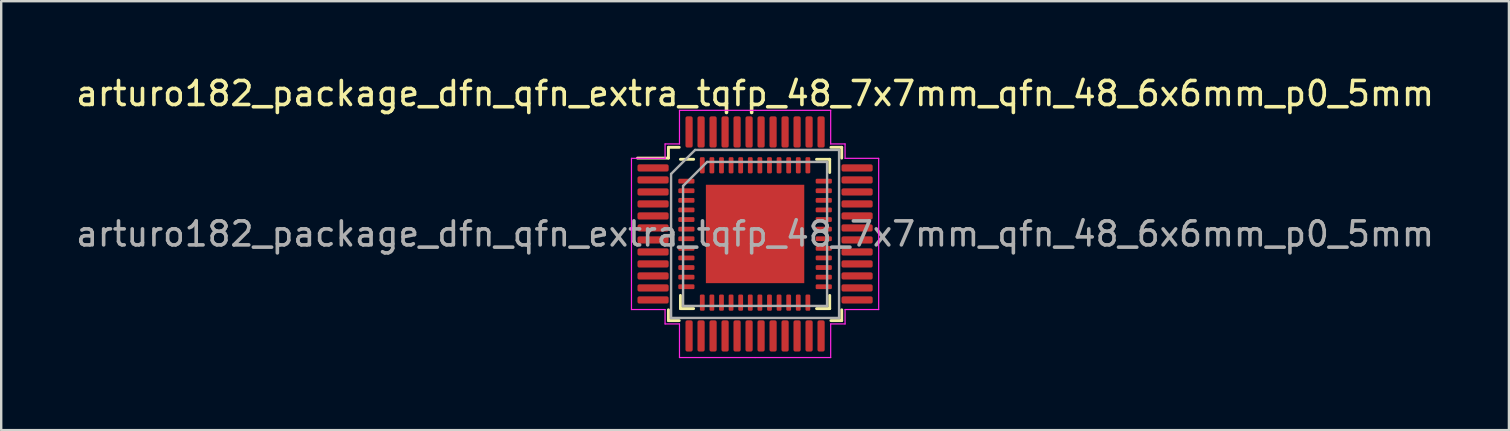
<source format=kicad_pcb>
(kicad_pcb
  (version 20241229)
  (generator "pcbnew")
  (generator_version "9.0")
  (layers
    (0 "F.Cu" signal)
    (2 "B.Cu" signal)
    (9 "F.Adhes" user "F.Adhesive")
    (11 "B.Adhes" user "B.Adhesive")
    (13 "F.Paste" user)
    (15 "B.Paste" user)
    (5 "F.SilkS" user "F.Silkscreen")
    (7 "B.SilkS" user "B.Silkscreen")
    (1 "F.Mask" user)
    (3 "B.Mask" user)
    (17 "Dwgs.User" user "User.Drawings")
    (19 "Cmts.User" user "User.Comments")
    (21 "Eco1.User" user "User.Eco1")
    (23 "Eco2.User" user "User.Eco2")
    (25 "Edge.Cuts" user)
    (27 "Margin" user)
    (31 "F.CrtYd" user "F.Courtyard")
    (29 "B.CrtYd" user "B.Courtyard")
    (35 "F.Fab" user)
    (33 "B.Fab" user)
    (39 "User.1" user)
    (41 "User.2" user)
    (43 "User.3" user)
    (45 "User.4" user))
  (footprint "arturo182_package_dfn_qfn_extra_tqfp_48_7x7mm_qfn_48_6x6mm_p0_5mm"
    (layer "F.Cu")
    (at 28.411 6.698)
    (property "Reference" "arturo182_package_dfn_qfn_extra_tqfp_48_7x7mm_qfn_48_6x6mm_p0_5mm" (at 0 -5.85 0) (layer "F.SilkS") (effects (font (size 1 1) (thickness 0.15))))
    (attr smd)
    (fp_line (start -3.61 -3.61) (end -3.61 -3.16) (stroke (width 0.12) (type solid)) (layer "F.SilkS"))
    (fp_line (start -3.61 -3.16) (end -4.9 -3.16) (stroke (width 0.12) (type solid)) (layer "F.SilkS"))
    (fp_line (start -3.61 3.61) (end -3.61 3.16) (stroke (width 0.12) (type solid)) (layer "F.SilkS"))
    (fp_line (start -3.16 -3.61) (end -3.61 -3.61) (stroke (width 0.12) (type solid)) (layer "F.SilkS"))
    (fp_line (start -3.16 3.61) (end -3.61 3.61) (stroke (width 0.12) (type solid)) (layer "F.SilkS"))
    (fp_line (start -3.11 3.11) (end -3.11 2.56) (stroke (width 0.12) (type solid)) (layer "F.SilkS"))
    (fp_line (start -2.56 -3.11) (end -3.11 -3.11) (stroke (width 0.12) (type solid)) (layer "F.SilkS"))
    (fp_line (start -2.56 3.11) (end -3.11 3.11) (stroke (width 0.12) (type solid)) (layer "F.SilkS"))
    (fp_line (start 2.56 -3.11) (end 3.11 -3.11) (stroke (width 0.12) (type solid)) (layer "F.SilkS"))
    (fp_line (start 2.56 3.11) (end 3.11 3.11) (stroke (width 0.12) (type solid)) (layer "F.SilkS"))
    (fp_line (start 3.11 -3.11) (end 3.11 -2.56) (stroke (width 0.12) (type solid)) (layer "F.SilkS"))
    (fp_line (start 3.11 3.11) (end 3.11 2.56) (stroke (width 0.12) (type solid)) (layer "F.SilkS"))
    (fp_line (start 3.16 -3.61) (end 3.61 -3.61) (stroke (width 0.12) (type solid)) (layer "F.SilkS"))
    (fp_line (start 3.16 3.61) (end 3.61 3.61) (stroke (width 0.12) (type solid)) (layer "F.SilkS"))
    (fp_line (start 3.61 -3.61) (end 3.61 -3.16) (stroke (width 0.12) (type solid)) (layer "F.SilkS"))
    (fp_line (start 3.61 3.61) (end 3.61 3.16) (stroke (width 0.12) (type solid)) (layer "F.SilkS"))
    (fp_line (start -5.15 -3.15) (end -5.15 0) (stroke (width 0.05) (type solid)) (layer "F.CrtYd"))
    (fp_line (start -5.15 3.15) (end -5.15 0) (stroke (width 0.05) (type solid)) (layer "F.CrtYd"))
    (fp_line (start -3.75 -3.75) (end -3.75 -3.15) (stroke (width 0.05) (type solid)) (layer "F.CrtYd"))
    (fp_line (start -3.75 -3.15) (end -5.15 -3.15) (stroke (width 0.05) (type solid)) (layer "F.CrtYd"))
    (fp_line (start -3.75 3.15) (end -5.15 3.15) (stroke (width 0.05) (type solid)) (layer "F.CrtYd"))
    (fp_line (start -3.75 3.75) (end -3.75 3.15) (stroke (width 0.05) (type solid)) (layer "F.CrtYd"))
    (fp_line (start -3.15 -5.15) (end -3.15 -3.75) (stroke (width 0.05) (type solid)) (layer "F.CrtYd"))
    (fp_line (start -3.15 -3.75) (end -3.75 -3.75) (stroke (width 0.05) (type solid)) (layer "F.CrtYd"))
    (fp_line (start -3.15 3.75) (end -3.75 3.75) (stroke (width 0.05) (type solid)) (layer "F.CrtYd"))
    (fp_line (start -3.15 5.15) (end -3.15 3.75) (stroke (width 0.05) (type solid)) (layer "F.CrtYd"))
    (fp_line (start 0 -5.15) (end -3.15 -5.15) (stroke (width 0.05) (type solid)) (layer "F.CrtYd"))
    (fp_line (start 0 -5.15) (end 3.15 -5.15) (stroke (width 0.05) (type solid)) (layer "F.CrtYd"))
    (fp_line (start 0 5.15) (end -3.15 5.15) (stroke (width 0.05) (type solid)) (layer "F.CrtYd"))
    (fp_line (start 0 5.15) (end 3.15 5.15) (stroke (width 0.05) (type solid)) (layer "F.CrtYd"))
    (fp_line (start 3.15 -5.15) (end 3.15 -3.75) (stroke (width 0.05) (type solid)) (layer "F.CrtYd"))
    (fp_line (start 3.15 -3.75) (end 3.75 -3.75) (stroke (width 0.05) (type solid)) (layer "F.CrtYd"))
    (fp_line (start 3.15 3.75) (end 3.75 3.75) (stroke (width 0.05) (type solid)) (layer "F.CrtYd"))
    (fp_line (start 3.15 5.15) (end 3.15 3.75) (stroke (width 0.05) (type solid)) (layer "F.CrtYd"))
    (fp_line (start 3.75 -3.75) (end 3.75 -3.15) (stroke (width 0.05) (type solid)) (layer "F.CrtYd"))
    (fp_line (start 3.75 -3.15) (end 5.15 -3.15) (stroke (width 0.05) (type solid)) (layer "F.CrtYd"))
    (fp_line (start 3.75 3.15) (end 5.15 3.15) (stroke (width 0.05) (type solid)) (layer "F.CrtYd"))
    (fp_line (start 3.75 3.75) (end 3.75 3.15) (stroke (width 0.05) (type solid)) (layer "F.CrtYd"))
    (fp_line (start 5.15 -3.15) (end 5.15 0) (stroke (width 0.05) (type solid)) (layer "F.CrtYd"))
    (fp_line (start 5.15 3.15) (end 5.15 0) (stroke (width 0.05) (type solid)) (layer "F.CrtYd"))
    (fp_line (start -3.5 -2.5) (end -2.5 -3.5) (stroke (width 0.1) (type solid)) (layer "F.Fab"))
    (fp_line (start -3.5 3.5) (end -3.5 -2.5) (stroke (width 0.1) (type solid)) (layer "F.Fab"))
    (fp_line (start -3 -2) (end -2 -3) (stroke (width 0.1) (type solid)) (layer "F.Fab"))
    (fp_line (start -3 3) (end -3 -2) (stroke (width 0.1) (type solid)) (layer "F.Fab"))
    (fp_line (start -2.5 -3.5) (end 3.5 -3.5) (stroke (width 0.1) (type solid)) (layer "F.Fab"))
    (fp_line (start -2 -3) (end 3 -3) (stroke (width 0.1) (type solid)) (layer "F.Fab"))
    (fp_line (start 3 -3) (end 3 3) (stroke (width 0.1) (type solid)) (layer "F.Fab"))
    (fp_line (start 3 3) (end -3 3) (stroke (width 0.1) (type solid)) (layer "F.Fab"))
    (fp_line (start 3.5 -3.5) (end 3.5 3.5) (stroke (width 0.1) (type solid)) (layer "F.Fab"))
    (fp_line (start 3.5 3.5) (end -3.5 3.5) (stroke (width 0.1) (type solid)) (layer "F.Fab"))
    (fp_text user "${REFERENCE}" (at 0 0 0) (layer "F.Fab") (effects (font (size 1 1) (thickness 0.15))))
    (pad "" smd roundrect (at -1.37 -1.37) (size 1.1 1.1) (layers "F.Paste") (roundrect_rratio 0.227))
    (pad "" smd roundrect (at -1.37 0) (size 1.1 1.1) (layers "F.Paste") (roundrect_rratio 0.227))
    (pad "" smd roundrect (at -1.37 1.37) (size 1.1 1.1) (layers "F.Paste") (roundrect_rratio 0.227))
    (pad "" smd roundrect (at 0 -1.37) (size 1.1 1.1) (layers "F.Paste") (roundrect_rratio 0.227))
    (pad "" smd roundrect (at 0 0) (size 1.1 1.1) (layers "F.Paste") (roundrect_rratio 0.227))
    (pad "" smd roundrect (at 0 1.37) (size 1.1 1.1) (layers "F.Paste") (roundrect_rratio 0.227))
    (pad "" smd roundrect (at 1.37 -1.37) (size 1.1 1.1) (layers "F.Paste") (roundrect_rratio 0.227))
    (pad "" smd roundrect (at 1.37 0) (size 1.1 1.1) (layers "F.Paste") (roundrect_rratio 0.227))
    (pad "" smd roundrect (at 1.37 1.37) (size 1.1 1.1) (layers "F.Paste") (roundrect_rratio 0.227))
    (pad "1" smd roundrect (at -4.25 -2.75) (size 1.3 0.3) (layers "F.Cu" "F.Mask" "F.Paste") (roundrect_rratio 0.25))
    (pad "1" smd roundrect (at -2.862 -2.2) (size 0.675 0.2) (layers "F.Cu" "F.Mask" "F.Paste") (roundrect_rratio 0.25))
    (pad "2" smd roundrect (at -4.25 -2.25) (size 1.3 0.3) (layers "F.Cu" "F.Mask" "F.Paste") (roundrect_rratio 0.25))
    (pad "2" smd roundrect (at -2.862 -1.8) (size 0.675 0.2) (layers "F.Cu" "F.Mask" "F.Paste") (roundrect_rratio 0.25))
    (pad "3" smd roundrect (at -4.25 -1.75) (size 1.3 0.3) (layers "F.Cu" "F.Mask" "F.Paste") (roundrect_rratio 0.25))
    (pad "3" smd roundrect (at -2.862 -1.4) (size 0.675 0.2) (layers "F.Cu" "F.Mask" "F.Paste") (roundrect_rratio 0.25))
    (pad "4" smd roundrect (at -4.25 -1.25) (size 1.3 0.3) (layers "F.Cu" "F.Mask" "F.Paste") (roundrect_rratio 0.25))
    (pad "4" smd roundrect (at -2.862 -1) (size 0.675 0.2) (layers "F.Cu" "F.Mask" "F.Paste") (roundrect_rratio 0.25))
    (pad "5" smd roundrect (at -4.25 -0.75) (size 1.3 0.3) (layers "F.Cu" "F.Mask" "F.Paste") (roundrect_rratio 0.25))
    (pad "5" smd roundrect (at -2.862 -0.6) (size 0.675 0.2) (layers "F.Cu" "F.Mask" "F.Paste") (roundrect_rratio 0.25))
    (pad "6" smd roundrect (at -4.25 -0.25) (size 1.3 0.3) (layers "F.Cu" "F.Mask" "F.Paste") (roundrect_rratio 0.25))
    (pad "6" smd roundrect (at -2.862 -0.2) (size 0.675 0.2) (layers "F.Cu" "F.Mask" "F.Paste") (roundrect_rratio 0.25))
    (pad "7" smd roundrect (at -4.25 0.25) (size 1.3 0.3) (layers "F.Cu" "F.Mask" "F.Paste") (roundrect_rratio 0.25))
    (pad "7" smd roundrect (at -2.862 0.2) (size 0.675 0.2) (layers "F.Cu" "F.Mask" "F.Paste") (roundrect_rratio 0.25))
    (pad "8" smd roundrect (at -4.25 0.75) (size 1.3 0.3) (layers "F.Cu" "F.Mask" "F.Paste") (roundrect_rratio 0.25))
    (pad "8" smd roundrect (at -2.862 0.6) (size 0.675 0.2) (layers "F.Cu" "F.Mask" "F.Paste") (roundrect_rratio 0.25))
    (pad "9" smd roundrect (at -4.25 1.25) (size 1.3 0.3) (layers "F.Cu" "F.Mask" "F.Paste") (roundrect_rratio 0.25))
    (pad "9" smd roundrect (at -2.862 1) (size 0.675 0.2) (layers "F.Cu" "F.Mask" "F.Paste") (roundrect_rratio 0.25))
    (pad "10" smd roundrect (at -4.25 1.75) (size 1.3 0.3) (layers "F.Cu" "F.Mask" "F.Paste") (roundrect_rratio 0.25))
    (pad "10" smd roundrect (at -2.862 1.4) (size 0.675 0.2) (layers "F.Cu" "F.Mask" "F.Paste") (roundrect_rratio 0.25))
    (pad "11" smd roundrect (at -4.25 2.25) (size 1.3 0.3) (layers "F.Cu" "F.Mask" "F.Paste") (roundrect_rratio 0.25))
    (pad "11" smd roundrect (at -2.862 1.8) (size 0.675 0.2) (layers "F.Cu" "F.Mask" "F.Paste") (roundrect_rratio 0.25))
    (pad "12" smd roundrect (at -4.25 2.75) (size 1.3 0.3) (layers "F.Cu" "F.Mask" "F.Paste") (roundrect_rratio 0.25))
    (pad "12" smd roundrect (at -2.862 2.2) (size 0.675 0.2) (layers "F.Cu" "F.Mask" "F.Paste") (roundrect_rratio 0.25))
    (pad "13" smd roundrect (at -2.75 4.25) (size 0.3 1.3) (layers "F.Cu" "F.Mask" "F.Paste") (roundrect_rratio 0.25))
    (pad "13" smd roundrect (at -2.2 2.862) (size 0.2 0.675) (layers "F.Cu" "F.Mask" "F.Paste") (roundrect_rratio 0.25))
    (pad "14" smd roundrect (at -2.25 4.25) (size 0.3 1.3) (layers "F.Cu" "F.Mask" "F.Paste") (roundrect_rratio 0.25))
    (pad "14" smd roundrect (at -1.8 2.862) (size 0.2 0.675) (layers "F.Cu" "F.Mask" "F.Paste") (roundrect_rratio 0.25))
    (pad "15" smd roundrect (at -1.75 4.25) (size 0.3 1.3) (layers "F.Cu" "F.Mask" "F.Paste") (roundrect_rratio 0.25))
    (pad "15" smd roundrect (at -1.4 2.862) (size 0.2 0.675) (layers "F.Cu" "F.Mask" "F.Paste") (roundrect_rratio 0.25))
    (pad "16" smd roundrect (at -1.25 4.25) (size 0.3 1.3) (layers "F.Cu" "F.Mask" "F.Paste") (roundrect_rratio 0.25))
    (pad "16" smd roundrect (at -1 2.862) (size 0.2 0.675) (layers "F.Cu" "F.Mask" "F.Paste") (roundrect_rratio 0.25))
    (pad "17" smd roundrect (at -0.75 4.25) (size 0.3 1.3) (layers "F.Cu" "F.Mask" "F.Paste") (roundrect_rratio 0.25))
    (pad "17" smd roundrect (at -0.6 2.862) (size 0.2 0.675) (layers "F.Cu" "F.Mask" "F.Paste") (roundrect_rratio 0.25))
    (pad "18" smd roundrect (at -0.25 4.25) (size 0.3 1.3) (layers "F.Cu" "F.Mask" "F.Paste") (roundrect_rratio 0.25))
    (pad "18" smd roundrect (at -0.2 2.862) (size 0.2 0.675) (layers "F.Cu" "F.Mask" "F.Paste") (roundrect_rratio 0.25))
    (pad "19" smd roundrect (at 0.2 2.862) (size 0.2 0.675) (layers "F.Cu" "F.Mask" "F.Paste") (roundrect_rratio 0.25))
    (pad "19" smd roundrect (at 0.25 4.25) (size 0.3 1.3) (layers "F.Cu" "F.Mask" "F.Paste") (roundrect_rratio 0.25))
    (pad "20" smd roundrect (at 0.6 2.862) (size 0.2 0.675) (layers "F.Cu" "F.Mask" "F.Paste") (roundrect_rratio 0.25))
    (pad "20" smd roundrect (at 0.75 4.25) (size 0.3 1.3) (layers "F.Cu" "F.Mask" "F.Paste") (roundrect_rratio 0.25))
    (pad "21" smd roundrect (at 1 2.862) (size 0.2 0.675) (layers "F.Cu" "F.Mask" "F.Paste") (roundrect_rratio 0.25))
    (pad "21" smd roundrect (at 1.25 4.25) (size 0.3 1.3) (layers "F.Cu" "F.Mask" "F.Paste") (roundrect_rratio 0.25))
    (pad "22" smd roundrect (at 1.4 2.862) (size 0.2 0.675) (layers "F.Cu" "F.Mask" "F.Paste") (roundrect_rratio 0.25))
    (pad "22" smd roundrect (at 1.75 4.25) (size 0.3 1.3) (layers "F.Cu" "F.Mask" "F.Paste") (roundrect_rratio 0.25))
    (pad "23" smd roundrect (at 1.8 2.862) (size 0.2 0.675) (layers "F.Cu" "F.Mask" "F.Paste") (roundrect_rratio 0.25))
    (pad "23" smd roundrect (at 2.25 4.25) (size 0.3 1.3) (layers "F.Cu" "F.Mask" "F.Paste") (roundrect_rratio 0.25))
    (pad "24" smd roundrect (at 2.2 2.862) (size 0.2 0.675) (layers "F.Cu" "F.Mask" "F.Paste") (roundrect_rratio 0.25))
    (pad "24" smd roundrect (at 2.75 4.25) (size 0.3 1.3) (layers "F.Cu" "F.Mask" "F.Paste") (roundrect_rratio 0.25))
    (pad "25" smd roundrect (at 2.862 2.2) (size 0.675 0.2) (layers "F.Cu" "F.Mask" "F.Paste") (roundrect_rratio 0.25))
    (pad "25" smd roundrect (at 4.25 2.75) (size 1.3 0.3) (layers "F.Cu" "F.Mask" "F.Paste") (roundrect_rratio 0.25))
    (pad "26" smd roundrect (at 2.862 1.8) (size 0.675 0.2) (layers "F.Cu" "F.Mask" "F.Paste") (roundrect_rratio 0.25))
    (pad "26" smd roundrect (at 4.25 2.25) (size 1.3 0.3) (layers "F.Cu" "F.Mask" "F.Paste") (roundrect_rratio 0.25))
    (pad "27" smd roundrect (at 2.862 1.4) (size 0.675 0.2) (layers "F.Cu" "F.Mask" "F.Paste") (roundrect_rratio 0.25))
    (pad "27" smd roundrect (at 4.25 1.75) (size 1.3 0.3) (layers "F.Cu" "F.Mask" "F.Paste") (roundrect_rratio 0.25))
    (pad "28" smd roundrect (at 2.862 1) (size 0.675 0.2) (layers "F.Cu" "F.Mask" "F.Paste") (roundrect_rratio 0.25))
    (pad "28" smd roundrect (at 4.25 1.25) (size 1.3 0.3) (layers "F.Cu" "F.Mask" "F.Paste") (roundrect_rratio 0.25))
    (pad "29" smd roundrect (at 2.862 0.6) (size 0.675 0.2) (layers "F.Cu" "F.Mask" "F.Paste") (roundrect_rratio 0.25))
    (pad "29" smd roundrect (at 4.25 0.75) (size 1.3 0.3) (layers "F.Cu" "F.Mask" "F.Paste") (roundrect_rratio 0.25))
    (pad "30" smd roundrect (at 2.862 0.2) (size 0.675 0.2) (layers "F.Cu" "F.Mask" "F.Paste") (roundrect_rratio 0.25))
    (pad "30" smd roundrect (at 4.25 0.25) (size 1.3 0.3) (layers "F.Cu" "F.Mask" "F.Paste") (roundrect_rratio 0.25))
    (pad "31" smd roundrect (at 2.862 -0.2) (size 0.675 0.2) (layers "F.Cu" "F.Mask" "F.Paste") (roundrect_rratio 0.25))
    (pad "31" smd roundrect (at 4.25 -0.25) (size 1.3 0.3) (layers "F.Cu" "F.Mask" "F.Paste") (roundrect_rratio 0.25))
    (pad "32" smd roundrect (at 2.862 -0.6) (size 0.675 0.2) (layers "F.Cu" "F.Mask" "F.Paste") (roundrect_rratio 0.25))
    (pad "32" smd roundrect (at 4.25 -0.75) (size 1.3 0.3) (layers "F.Cu" "F.Mask" "F.Paste") (roundrect_rratio 0.25))
    (pad "33" smd roundrect (at 2.862 -1) (size 0.675 0.2) (layers "F.Cu" "F.Mask" "F.Paste") (roundrect_rratio 0.25))
    (pad "33" smd roundrect (at 4.25 -1.25) (size 1.3 0.3) (layers "F.Cu" "F.Mask" "F.Paste") (roundrect_rratio 0.25))
    (pad "34" smd roundrect (at 2.862 -1.4) (size 0.675 0.2) (layers "F.Cu" "F.Mask" "F.Paste") (roundrect_rratio 0.25))
    (pad "34" smd roundrect (at 4.25 -1.75) (size 1.3 0.3) (layers "F.Cu" "F.Mask" "F.Paste") (roundrect_rratio 0.25))
    (pad "35" smd roundrect (at 2.862 -1.8) (size 0.675 0.2) (layers "F.Cu" "F.Mask" "F.Paste") (roundrect_rratio 0.25))
    (pad "35" smd roundrect (at 4.25 -2.25) (size 1.3 0.3) (layers "F.Cu" "F.Mask" "F.Paste") (roundrect_rratio 0.25))
    (pad "36" smd roundrect (at 2.862 -2.2) (size 0.675 0.2) (layers "F.Cu" "F.Mask" "F.Paste") (roundrect_rratio 0.25))
    (pad "36" smd roundrect (at 4.25 -2.75) (size 1.3 0.3) (layers "F.Cu" "F.Mask" "F.Paste") (roundrect_rratio 0.25))
    (pad "37" smd roundrect (at 2.2 -2.862) (size 0.2 0.675) (layers "F.Cu" "F.Mask" "F.Paste") (roundrect_rratio 0.25))
    (pad "37" smd roundrect (at 2.75 -4.25) (size 0.3 1.3) (layers "F.Cu" "F.Mask" "F.Paste") (roundrect_rratio 0.25))
    (pad "38" smd roundrect (at 1.8 -2.862) (size 0.2 0.675) (layers "F.Cu" "F.Mask" "F.Paste") (roundrect_rratio 0.25))
    (pad "38" smd roundrect (at 2.25 -4.25) (size 0.3 1.3) (layers "F.Cu" "F.Mask" "F.Paste") (roundrect_rratio 0.25))
    (pad "39" smd roundrect (at 1.4 -2.862) (size 0.2 0.675) (layers "F.Cu" "F.Mask" "F.Paste") (roundrect_rratio 0.25))
    (pad "39" smd roundrect (at 1.75 -4.25) (size 0.3 1.3) (layers "F.Cu" "F.Mask" "F.Paste") (roundrect_rratio 0.25))
    (pad "40" smd roundrect (at 1 -2.862) (size 0.2 0.675) (layers "F.Cu" "F.Mask" "F.Paste") (roundrect_rratio 0.25))
    (pad "40" smd roundrect (at 1.25 -4.25) (size 0.3 1.3) (layers "F.Cu" "F.Mask" "F.Paste") (roundrect_rratio 0.25))
    (pad "41" smd roundrect (at 0.6 -2.862) (size 0.2 0.675) (layers "F.Cu" "F.Mask" "F.Paste") (roundrect_rratio 0.25))
    (pad "41" smd roundrect (at 0.75 -4.25) (size 0.3 1.3) (layers "F.Cu" "F.Mask" "F.Paste") (roundrect_rratio 0.25))
    (pad "42" smd roundrect (at 0.2 -2.862) (size 0.2 0.675) (layers "F.Cu" "F.Mask" "F.Paste") (roundrect_rratio 0.25))
    (pad "42" smd roundrect (at 0.25 -4.25) (size 0.3 1.3) (layers "F.Cu" "F.Mask" "F.Paste") (roundrect_rratio 0.25))
    (pad "43" smd roundrect (at -0.25 -4.25) (size 0.3 1.3) (layers "F.Cu" "F.Mask" "F.Paste") (roundrect_rratio 0.25))
    (pad "43" smd roundrect (at -0.2 -2.862) (size 0.2 0.675) (layers "F.Cu" "F.Mask" "F.Paste") (roundrect_rratio 0.25))
    (pad "44" smd roundrect (at -0.75 -4.25) (size 0.3 1.3) (layers "F.Cu" "F.Mask" "F.Paste") (roundrect_rratio 0.25))
    (pad "44" smd roundrect (at -0.6 -2.862) (size 0.2 0.675) (layers "F.Cu" "F.Mask" "F.Paste") (roundrect_rratio 0.25))
    (pad "45" smd roundrect (at -1.25 -4.25) (size 0.3 1.3) (layers "F.Cu" "F.Mask" "F.Paste") (roundrect_rratio 0.25))
    (pad "45" smd roundrect (at -1 -2.862) (size 0.2 0.675) (layers "F.Cu" "F.Mask" "F.Paste") (roundrect_rratio 0.25))
    (pad "46" smd roundrect (at -1.75 -4.25) (size 0.3 1.3) (layers "F.Cu" "F.Mask" "F.Paste") (roundrect_rratio 0.25))
    (pad "46" smd roundrect (at -1.4 -2.862) (size 0.2 0.675) (layers "F.Cu" "F.Mask" "F.Paste") (roundrect_rratio 0.25))
    (pad "47" smd roundrect (at -2.25 -4.25) (size 0.3 1.3) (layers "F.Cu" "F.Mask" "F.Paste") (roundrect_rratio 0.25))
    (pad "47" smd roundrect (at -1.8 -2.862) (size 0.2 0.675) (layers "F.Cu" "F.Mask" "F.Paste") (roundrect_rratio 0.25))
    (pad "48" smd roundrect (at -2.75 -4.25) (size 0.3 1.3) (layers "F.Cu" "F.Mask" "F.Paste") (roundrect_rratio 0.25))
    (pad "48" smd roundrect (at -2.2 -2.862) (size 0.2 0.675) (layers "F.Cu" "F.Mask" "F.Paste") (roundrect_rratio 0.25))
    (pad "49" smd rect (at 0 0) (size 4.1 4.1) (layers "F.Cu" "F.Mask")))
  (gr_rect
    (start -3 -3)
    (end 59.821 14.873)
    (stroke (width 0.1) (type default))
    (fill no)
    (layer "Edge.Cuts")))
</source>
